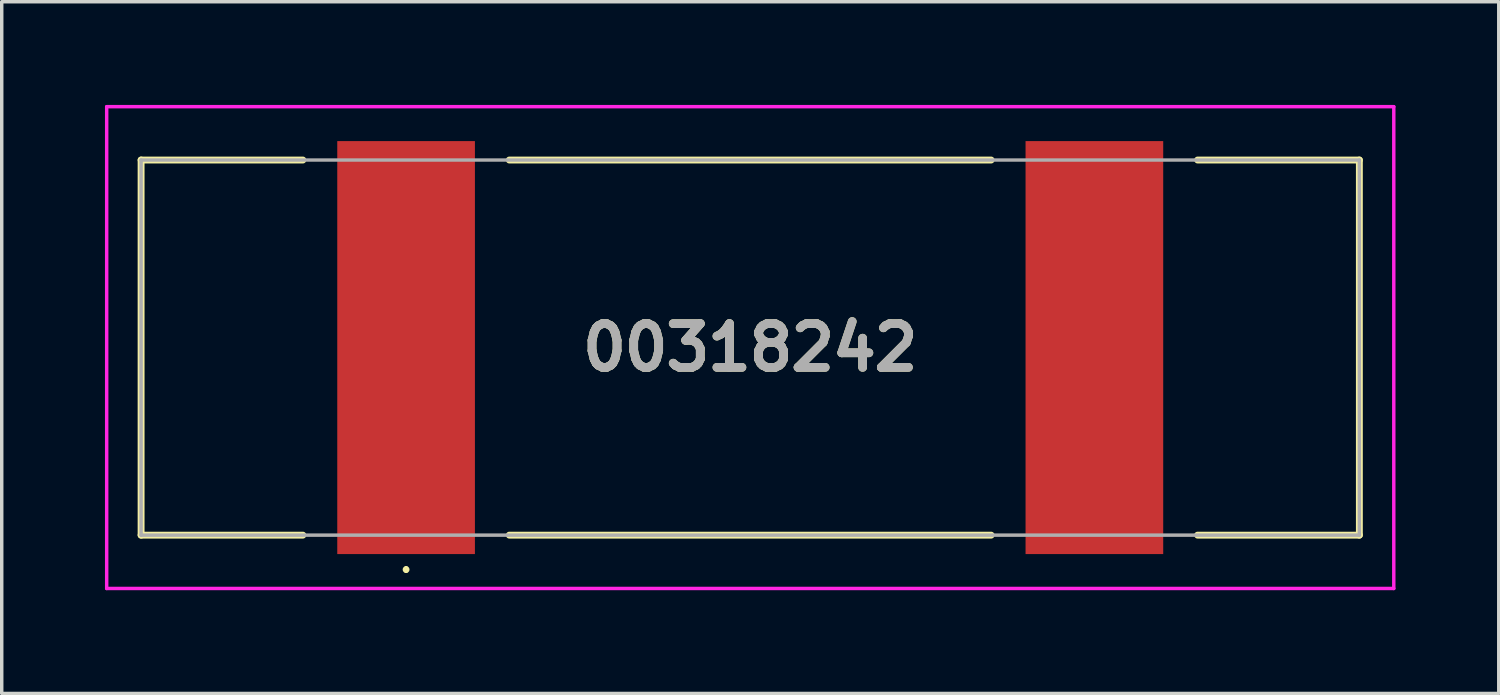
<source format=kicad_pcb>
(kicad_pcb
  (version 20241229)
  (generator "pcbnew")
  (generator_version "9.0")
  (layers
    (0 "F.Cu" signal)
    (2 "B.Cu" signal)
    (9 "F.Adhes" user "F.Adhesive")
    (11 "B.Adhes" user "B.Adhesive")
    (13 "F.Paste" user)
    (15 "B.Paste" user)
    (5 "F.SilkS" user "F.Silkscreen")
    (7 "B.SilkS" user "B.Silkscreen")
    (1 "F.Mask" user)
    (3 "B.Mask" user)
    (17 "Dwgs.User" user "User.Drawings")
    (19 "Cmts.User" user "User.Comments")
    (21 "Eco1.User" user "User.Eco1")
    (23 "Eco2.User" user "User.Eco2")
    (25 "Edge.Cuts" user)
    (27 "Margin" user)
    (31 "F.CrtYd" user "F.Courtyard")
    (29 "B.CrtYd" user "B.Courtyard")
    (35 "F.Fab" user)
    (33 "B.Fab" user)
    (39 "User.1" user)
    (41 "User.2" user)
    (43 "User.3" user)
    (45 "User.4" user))
  (footprint "00318242"
    (layer "F.Cu")
    (at 18.75 7.05)
    (property "Reference" "00318242" (at 0 0 0) (layer "F.SilkS") (effects (font (size 1.27 1.27) (thickness 0.254))))
    (attr smd)
    (fp_line (start -17.7 -5.45) (end -17.7 5.45) (stroke (width 0.2) (type solid)) (layer "F.SilkS"))
    (fp_line (start -17.7 5.45) (end -13 5.45) (stroke (width 0.2) (type solid)) (layer "F.SilkS"))
    (fp_line (start -13 -5.45) (end -17.7 -5.45) (stroke (width 0.2) (type solid)) (layer "F.SilkS"))
    (fp_line (start -10 6.4) (end -10 6.4) (stroke (width 0.1) (type solid)) (layer "F.SilkS"))
    (fp_line (start -10 6.5) (end -10 6.5) (stroke (width 0.1) (type solid)) (layer "F.SilkS"))
    (fp_line (start -7 -5.45) (end 7 -5.45) (stroke (width 0.2) (type solid)) (layer "F.SilkS"))
    (fp_line (start -7 5.45) (end 7 5.45) (stroke (width 0.2) (type solid)) (layer "F.SilkS"))
    (fp_line (start 13 -5.45) (end 17.7 -5.45) (stroke (width 0.2) (type solid)) (layer "F.SilkS"))
    (fp_line (start 17.7 -5.45) (end 17.7 5.45) (stroke (width 0.2) (type solid)) (layer "F.SilkS"))
    (fp_line (start 17.7 5.45) (end 13 5.45) (stroke (width 0.2) (type solid)) (layer "F.SilkS"))
    (fp_arc (start -10 6.4) (mid -9.95 6.45) (end -10 6.5) (stroke (width 0.1) (type solid)) (layer "F.SilkS"))
    (fp_arc (start -10 6.5) (mid -10.05 6.45) (end -10 6.4) (stroke (width 0.1) (type solid)) (layer "F.SilkS"))
    (fp_line (start -18.7 -7) (end 18.7 -7) (stroke (width 0.1) (type solid)) (layer "F.CrtYd"))
    (fp_line (start -18.7 7) (end -18.7 -7) (stroke (width 0.1) (type solid)) (layer "F.CrtYd"))
    (fp_line (start 18.7 -7) (end 18.7 7) (stroke (width 0.1) (type solid)) (layer "F.CrtYd"))
    (fp_line (start 18.7 7) (end -18.7 7) (stroke (width 0.1) (type solid)) (layer "F.CrtYd"))
    (fp_line (start -17.7 -5.45) (end 17.7 -5.45) (stroke (width 0.1) (type solid)) (layer "F.Fab"))
    (fp_line (start -17.7 5.45) (end -17.7 -5.45) (stroke (width 0.1) (type solid)) (layer "F.Fab"))
    (fp_line (start 17.7 -5.45) (end 17.7 5.45) (stroke (width 0.1) (type solid)) (layer "F.Fab"))
    (fp_line (start 17.7 5.45) (end -17.7 5.45) (stroke (width 0.1) (type solid)) (layer "F.Fab"))
    (fp_text user "${REFERENCE}" (at 0 0 0) (layer "F.Fab") (effects (font (size 1.27 1.27) (thickness 0.254))))
    (pad "1" smd rect (at -10 0) (size 4 12) (layers "F.Cu" "F.Mask" "F.Paste"))
    (pad "2" smd rect (at 10 0) (size 4 12) (layers "F.Cu" "F.Mask" "F.Paste")))
  (gr_rect
    (start -3 -3)
    (end 40.5 17.1)
    (stroke (width 0.1) (type default))
    (fill no)
    (layer "Edge.Cuts")))
</source>
